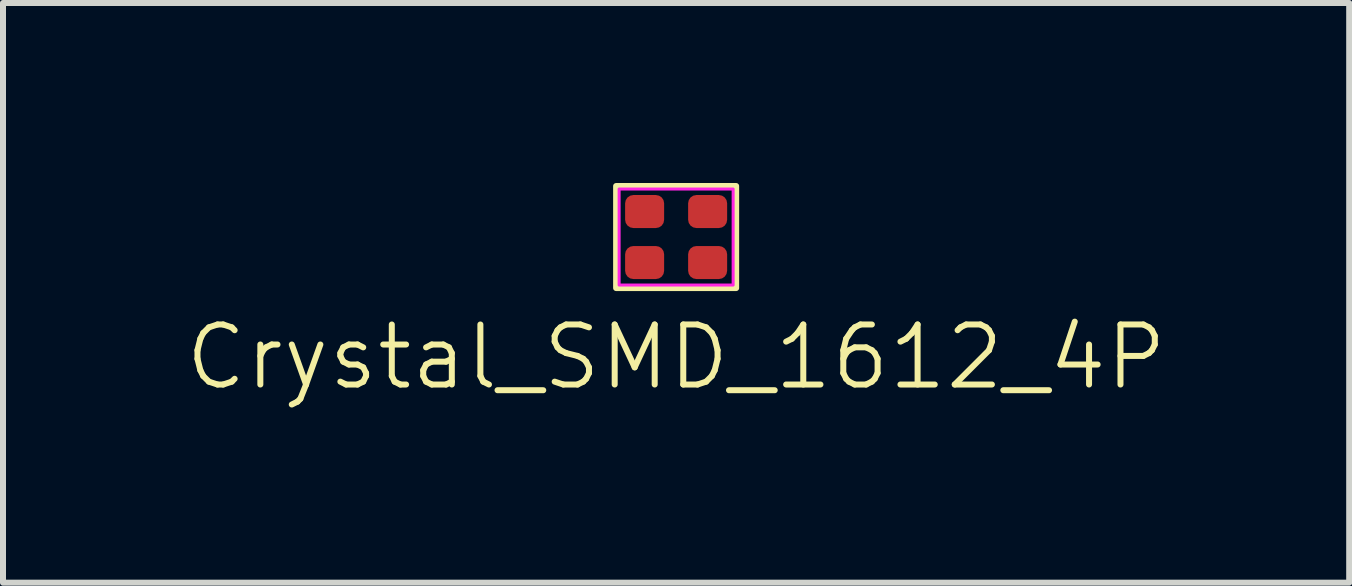
<source format=kicad_pcb>
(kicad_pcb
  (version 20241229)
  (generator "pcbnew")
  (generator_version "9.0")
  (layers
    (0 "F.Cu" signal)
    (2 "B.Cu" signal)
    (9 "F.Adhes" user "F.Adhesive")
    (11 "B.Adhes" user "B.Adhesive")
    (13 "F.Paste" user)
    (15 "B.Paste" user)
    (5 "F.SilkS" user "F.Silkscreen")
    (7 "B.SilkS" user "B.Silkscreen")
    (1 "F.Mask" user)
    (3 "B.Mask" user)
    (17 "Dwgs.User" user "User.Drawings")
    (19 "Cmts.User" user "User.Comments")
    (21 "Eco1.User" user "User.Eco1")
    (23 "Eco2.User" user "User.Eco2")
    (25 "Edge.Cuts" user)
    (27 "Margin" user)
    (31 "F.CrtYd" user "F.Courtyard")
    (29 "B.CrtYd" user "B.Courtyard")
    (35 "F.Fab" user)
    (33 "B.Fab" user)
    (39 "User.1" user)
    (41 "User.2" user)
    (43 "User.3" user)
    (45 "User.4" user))
  (footprint "Crystal_SMD_1612_4P"
    (layer "F.Cu")
    (at 8.217 0.9)
    (property "Reference" "Crystal_SMD_1612_4P" (at 0 2 0) (unlocked yes) (layer "F.SilkS") (effects (font (size 1 1) (thickness 0.1))))
    (attr smd)
    (fp_rect (start -1 -0.85) (end 1 0.85) (stroke (width 0.1) (type default)) (fill no) (layer "F.SilkS"))
    (fp_rect (start -0.95 -0.8) (end 0.95 0.8) (stroke (width 0.05) (type default)) (fill no) (layer "F.CrtYd"))
    (pad "1" smd roundrect (at -0.525 0.425) (size 0.65 0.55) (layers "F.Cu" "F.Mask" "F.Paste") (roundrect_rratio 0.25))
    (pad "2" smd roundrect (at 0.525 0.425) (size 0.65 0.55) (layers "F.Cu" "F.Mask" "F.Paste") (roundrect_rratio 0.25))
    (pad "3" smd roundrect (at 0.525 -0.425) (size 0.65 0.55) (layers "F.Cu" "F.Mask" "F.Paste") (roundrect_rratio 0.25))
    (pad "4" smd roundrect (at -0.525 -0.425) (size 0.65 0.55) (layers "F.Cu" "F.Mask" "F.Paste") (roundrect_rratio 0.25)))
  (gr_rect
    (start -3 -3)
    (end 19.433 6.66)
    (stroke (width 0.1) (type default))
    (fill no)
    (layer "Edge.Cuts")))
</source>
